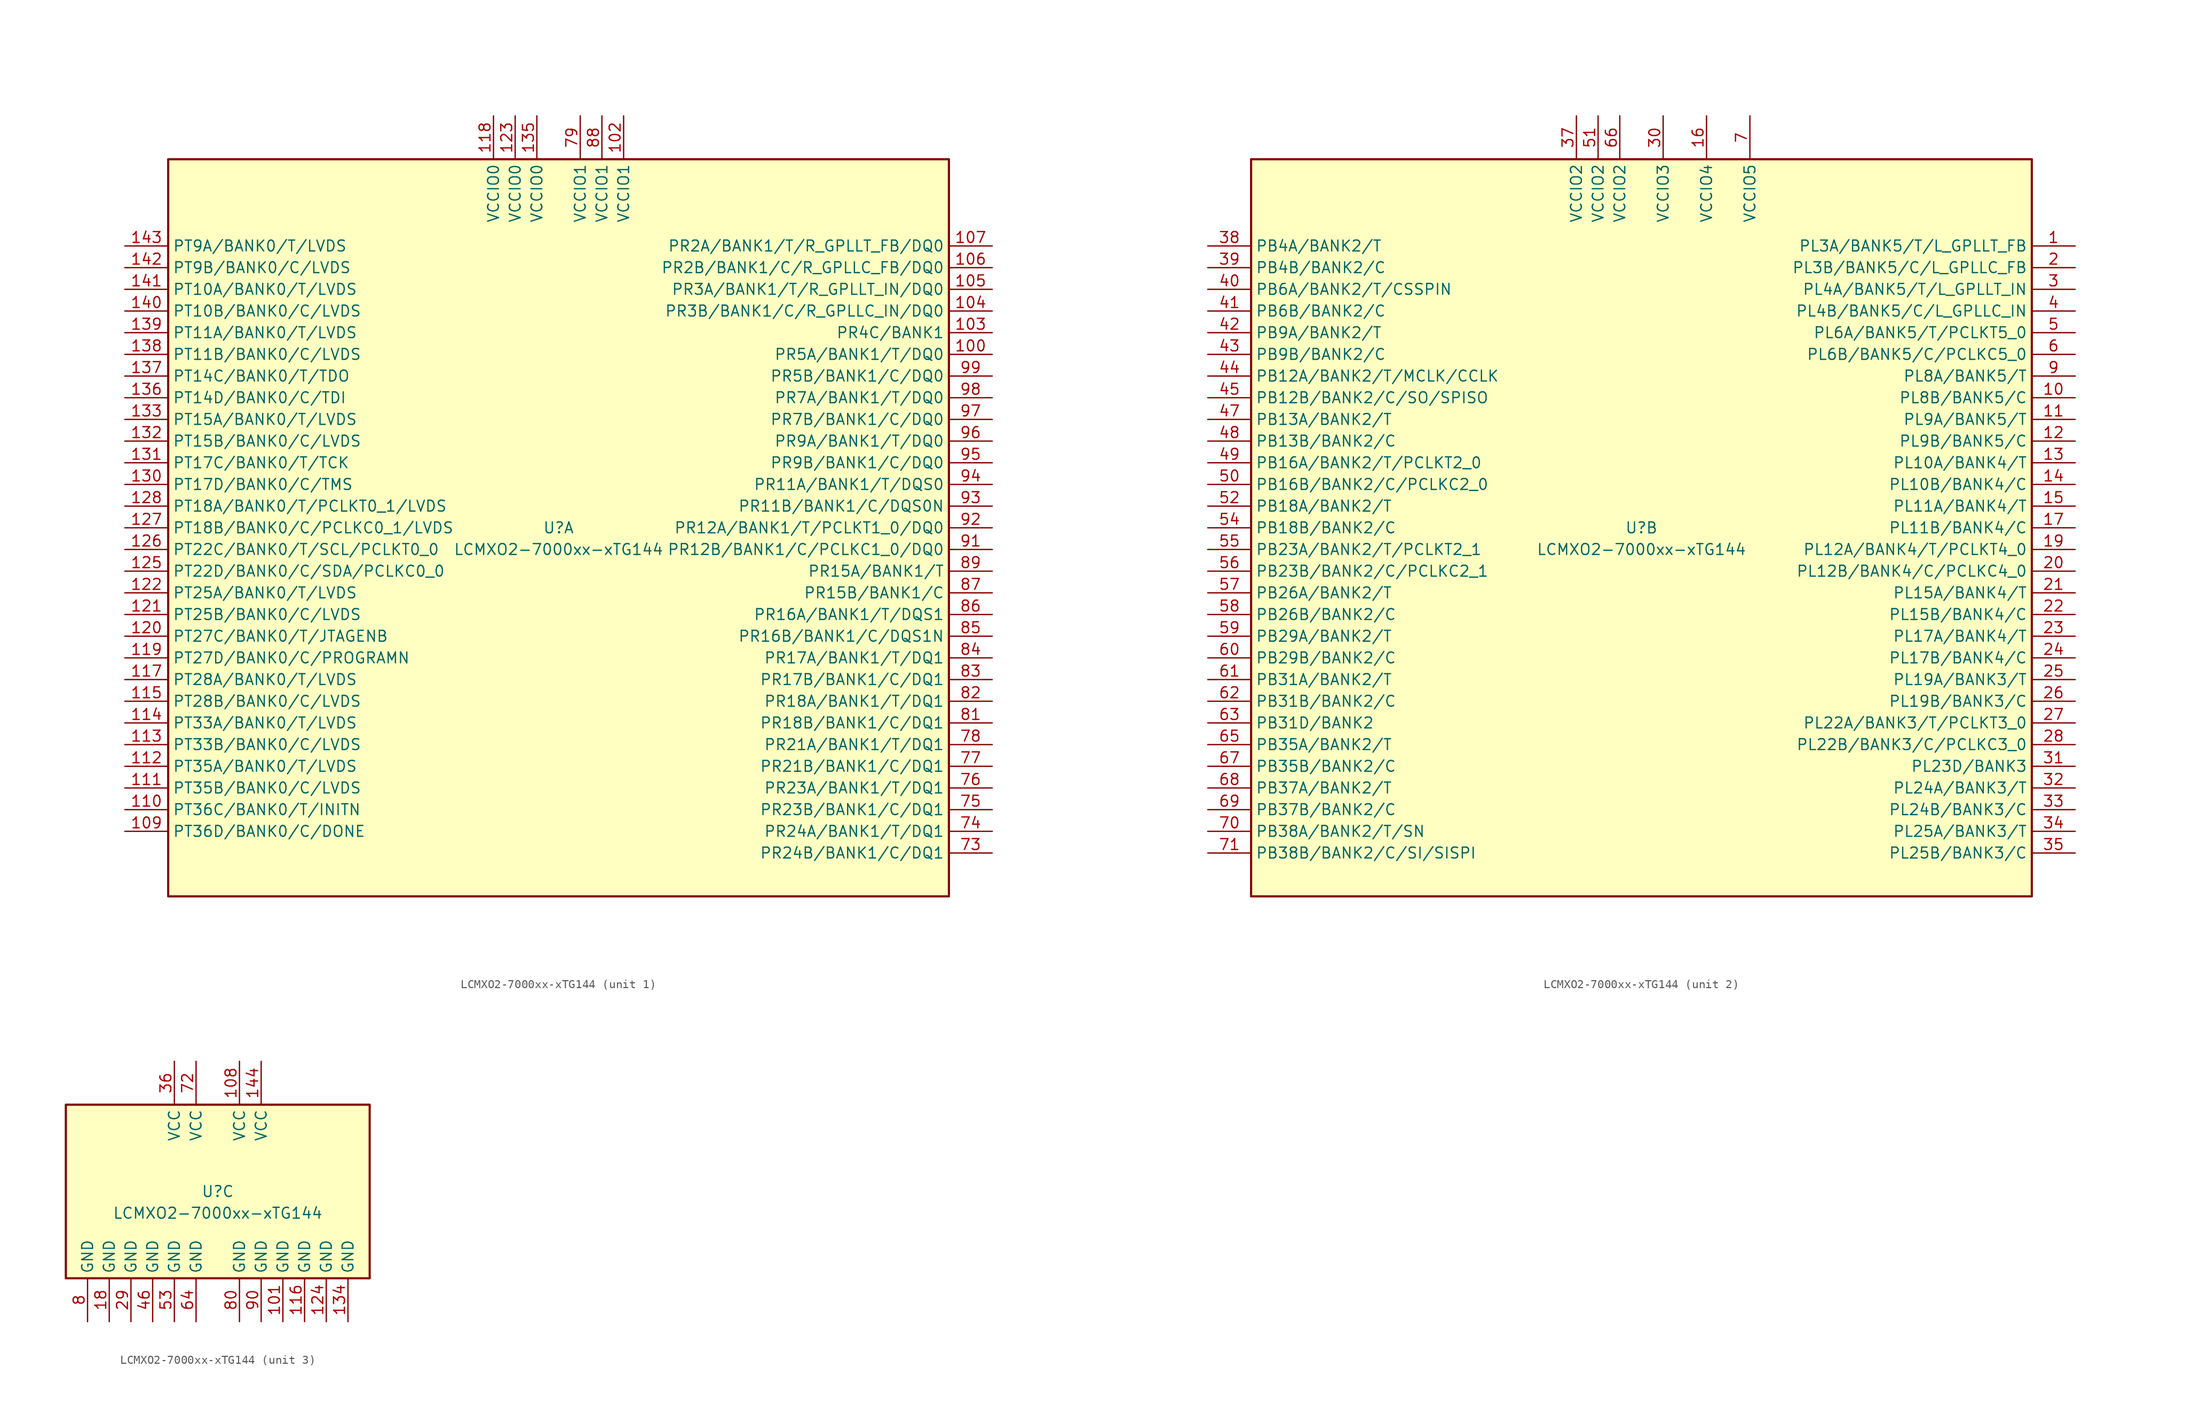
<source format=kicad_sym>
(kicad_symbol_lib
  (version 20241209)
  (generator "kicad_symbol_editor")
  (generator_version "9.0")
  (symbol "LCMXO2-7000xx-xTG144"
    (property "Reference" "U"
      (at 0 0 0)
      (effects (font (size 1.27 1.27))))
    (property "Value" "LCMXO2-7000xx-xTG144"
      (at 0 -2.54 0)
      (effects (font (size 1.27 1.27))))
    (property "ki_locked" ""
      (at 0 0 0)
      (effects (font (size 1.27 1.27))))
    (symbol "LCMXO2-7000xx-xTG144_1_1"
      (rectangle (start -45.72 43.18) (end 45.72 -43.18) (stroke (width 0.254) (type default)) (fill (type background)))
      (pin bidirectional line (at -50.8 33.02 0) (length 5.08) (name "PT9A/BANK0/T/LVDS" (effects (font (size 1.27 1.27)))) (number "143" (effects (font (size 1.27 1.27)))))
      (pin bidirectional line (at -50.8 30.48 0) (length 5.08) (name "PT9B/BANK0/C/LVDS" (effects (font (size 1.27 1.27)))) (number "142" (effects (font (size 1.27 1.27)))))
      (pin bidirectional line (at -50.8 27.94 0) (length 5.08) (name "PT10A/BANK0/T/LVDS" (effects (font (size 1.27 1.27)))) (number "141" (effects (font (size 1.27 1.27)))))
      (pin bidirectional line (at -50.8 25.4 0) (length 5.08) (name "PT10B/BANK0/C/LVDS" (effects (font (size 1.27 1.27)))) (number "140" (effects (font (size 1.27 1.27)))))
      (pin bidirectional line (at -50.8 22.86 0) (length 5.08) (name "PT11A/BANK0/T/LVDS" (effects (font (size 1.27 1.27)))) (number "139" (effects (font (size 1.27 1.27)))))
      (pin bidirectional line (at -50.8 20.32 0) (length 5.08) (name "PT11B/BANK0/C/LVDS" (effects (font (size 1.27 1.27)))) (number "138" (effects (font (size 1.27 1.27)))))
      (pin bidirectional line (at -50.8 17.78 0) (length 5.08) (name "PT14C/BANK0/T/TDO" (effects (font (size 1.27 1.27)))) (number "137" (effects (font (size 1.27 1.27)))))
      (pin bidirectional line (at -50.8 15.24 0) (length 5.08) (name "PT14D/BANK0/C/TDI" (effects (font (size 1.27 1.27)))) (number "136" (effects (font (size 1.27 1.27)))))
      (pin bidirectional line (at -50.8 12.7 0) (length 5.08) (name "PT15A/BANK0/T/LVDS" (effects (font (size 1.27 1.27)))) (number "133" (effects (font (size 1.27 1.27)))))
      (pin bidirectional line (at -50.8 10.16 0) (length 5.08) (name "PT15B/BANK0/C/LVDS" (effects (font (size 1.27 1.27)))) (number "132" (effects (font (size 1.27 1.27)))))
      (pin bidirectional line (at -50.8 7.62 0) (length 5.08) (name "PT17C/BANK0/T/TCK" (effects (font (size 1.27 1.27)))) (number "131" (effects (font (size 1.27 1.27)))))
      (pin bidirectional line (at -50.8 5.08 0) (length 5.08) (name "PT17D/BANK0/C/TMS" (effects (font (size 1.27 1.27)))) (number "130" (effects (font (size 1.27 1.27)))))
      (pin bidirectional line (at -50.8 2.54 0) (length 5.08) (name "PT18A/BANK0/T/PCLKT0_1/LVDS" (effects (font (size 1.27 1.27)))) (number "128" (effects (font (size 1.27 1.27)))))
      (pin bidirectional line (at -50.8 0 0) (length 5.08) (name "PT18B/BANK0/C/PCLKC0_1/LVDS" (effects (font (size 1.27 1.27)))) (number "127" (effects (font (size 1.27 1.27)))))
      (pin bidirectional line (at -50.8 -2.54 0) (length 5.08) (name "PT22C/BANK0/T/SCL/PCLKT0_0" (effects (font (size 1.27 1.27)))) (number "126" (effects (font (size 1.27 1.27)))))
      (pin bidirectional line (at -50.8 -5.08 0) (length 5.08) (name "PT22D/BANK0/C/SDA/PCLKC0_0" (effects (font (size 1.27 1.27)))) (number "125" (effects (font (size 1.27 1.27)))))
      (pin bidirectional line (at -50.8 -7.62 0) (length 5.08) (name "PT25A/BANK0/T/LVDS" (effects (font (size 1.27 1.27)))) (number "122" (effects (font (size 1.27 1.27)))))
      (pin bidirectional line (at -50.8 -10.16 0) (length 5.08) (name "PT25B/BANK0/C/LVDS" (effects (font (size 1.27 1.27)))) (number "121" (effects (font (size 1.27 1.27)))))
      (pin bidirectional line (at -50.8 -12.7 0) (length 5.08) (name "PT27C/BANK0/T/JTAGENB" (effects (font (size 1.27 1.27)))) (number "120" (effects (font (size 1.27 1.27)))))
      (pin bidirectional line (at -50.8 -15.24 0) (length 5.08) (name "PT27D/BANK0/C/PROGRAMN" (effects (font (size 1.27 1.27)))) (number "119" (effects (font (size 1.27 1.27)))))
      (pin bidirectional line (at -50.8 -17.78 0) (length 5.08) (name "PT28A/BANK0/T/LVDS" (effects (font (size 1.27 1.27)))) (number "117" (effects (font (size 1.27 1.27)))))
      (pin bidirectional line (at -50.8 -20.32 0) (length 5.08) (name "PT28B/BANK0/C/LVDS" (effects (font (size 1.27 1.27)))) (number "115" (effects (font (size 1.27 1.27)))))
      (pin bidirectional line (at -50.8 -22.86 0) (length 5.08) (name "PT33A/BANK0/T/LVDS" (effects (font (size 1.27 1.27)))) (number "114" (effects (font (size 1.27 1.27)))))
      (pin bidirectional line (at -50.8 -25.4 0) (length 5.08) (name "PT33B/BANK0/C/LVDS" (effects (font (size 1.27 1.27)))) (number "113" (effects (font (size 1.27 1.27)))))
      (pin bidirectional line (at -50.8 -27.94 0) (length 5.08) (name "PT35A/BANK0/T/LVDS" (effects (font (size 1.27 1.27)))) (number "112" (effects (font (size 1.27 1.27)))))
      (pin bidirectional line (at -50.8 -30.48 0) (length 5.08) (name "PT35B/BANK0/C/LVDS" (effects (font (size 1.27 1.27)))) (number "111" (effects (font (size 1.27 1.27)))))
      (pin bidirectional line (at -50.8 -33.02 0) (length 5.08) (name "PT36C/BANK0/T/INITN" (effects (font (size 1.27 1.27)))) (number "110" (effects (font (size 1.27 1.27)))))
      (pin bidirectional line (at -50.8 -35.56 0) (length 5.08) (name "PT36D/BANK0/C/DONE" (effects (font (size 1.27 1.27)))) (number "109" (effects (font (size 1.27 1.27)))))
      (pin no_connect line (at -45.72 -38.1 0) (length 5.08) (hide yes) (name "NC" (effects (font (size 1.27 1.27)))) (number "129" (effects (font (size 1.27 1.27)))))
      (pin power_in line (at -7.62 48.26 270) (length 5.08) (name "VCCIO0" (effects (font (size 1.27 1.27)))) (number "118" (effects (font (size 1.27 1.27)))))
      (pin power_in line (at -5.08 48.26 270) (length 5.08) (name "VCCIO0" (effects (font (size 1.27 1.27)))) (number "123" (effects (font (size 1.27 1.27)))))
      (pin power_in line (at -2.54 48.26 270) (length 5.08) (name "VCCIO0" (effects (font (size 1.27 1.27)))) (number "135" (effects (font (size 1.27 1.27)))))
      (pin power_in line (at 2.54 48.26 270) (length 5.08) (name "VCCIO1" (effects (font (size 1.27 1.27)))) (number "79" (effects (font (size 1.27 1.27)))))
      (pin power_in line (at 5.08 48.26 270) (length 5.08) (name "VCCIO1" (effects (font (size 1.27 1.27)))) (number "88" (effects (font (size 1.27 1.27)))))
      (pin power_in line (at 7.62 48.26 270) (length 5.08) (name "VCCIO1" (effects (font (size 1.27 1.27)))) (number "102" (effects (font (size 1.27 1.27)))))
      (pin bidirectional line (at 50.8 33.02 180) (length 5.08) (name "PR2A/BANK1/T/R_GPLLT_FB/DQ0" (effects (font (size 1.27 1.27)))) (number "107" (effects (font (size 1.27 1.27)))))
      (pin bidirectional line (at 50.8 30.48 180) (length 5.08) (name "PR2B/BANK1/C/R_GPLLC_FB/DQ0" (effects (font (size 1.27 1.27)))) (number "106" (effects (font (size 1.27 1.27)))))
      (pin bidirectional line (at 50.8 27.94 180) (length 5.08) (name "PR3A/BANK1/T/R_GPLLT_IN/DQ0" (effects (font (size 1.27 1.27)))) (number "105" (effects (font (size 1.27 1.27)))))
      (pin bidirectional line (at 50.8 25.4 180) (length 5.08) (name "PR3B/BANK1/C/R_GPLLC_IN/DQ0" (effects (font (size 1.27 1.27)))) (number "104" (effects (font (size 1.27 1.27)))))
      (pin bidirectional line (at 50.8 22.86 180) (length 5.08) (name "PR4C/BANK1" (effects (font (size 1.27 1.27)))) (number "103" (effects (font (size 1.27 1.27)))))
      (pin bidirectional line (at 50.8 20.32 180) (length 5.08) (name "PR5A/BANK1/T/DQ0" (effects (font (size 1.27 1.27)))) (number "100" (effects (font (size 1.27 1.27)))))
      (pin bidirectional line (at 50.8 17.78 180) (length 5.08) (name "PR5B/BANK1/C/DQ0" (effects (font (size 1.27 1.27)))) (number "99" (effects (font (size 1.27 1.27)))))
      (pin bidirectional line (at 50.8 15.24 180) (length 5.08) (name "PR7A/BANK1/T/DQ0" (effects (font (size 1.27 1.27)))) (number "98" (effects (font (size 1.27 1.27)))))
      (pin bidirectional line (at 50.8 12.7 180) (length 5.08) (name "PR7B/BANK1/C/DQ0" (effects (font (size 1.27 1.27)))) (number "97" (effects (font (size 1.27 1.27)))))
      (pin bidirectional line (at 50.8 10.16 180) (length 5.08) (name "PR9A/BANK1/T/DQ0" (effects (font (size 1.27 1.27)))) (number "96" (effects (font (size 1.27 1.27)))))
      (pin bidirectional line (at 50.8 7.62 180) (length 5.08) (name "PR9B/BANK1/C/DQ0" (effects (font (size 1.27 1.27)))) (number "95" (effects (font (size 1.27 1.27)))))
      (pin bidirectional line (at 50.8 5.08 180) (length 5.08) (name "PR11A/BANK1/T/DQS0" (effects (font (size 1.27 1.27)))) (number "94" (effects (font (size 1.27 1.27)))))
      (pin bidirectional line (at 50.8 2.54 180) (length 5.08) (name "PR11B/BANK1/C/DQS0N" (effects (font (size 1.27 1.27)))) (number "93" (effects (font (size 1.27 1.27)))))
      (pin bidirectional line (at 50.8 0 180) (length 5.08) (name "PR12A/BANK1/T/PCLKT1_0/DQ0" (effects (font (size 1.27 1.27)))) (number "92" (effects (font (size 1.27 1.27)))))
      (pin bidirectional line (at 50.8 -2.54 180) (length 5.08) (name "PR12B/BANK1/C/PCLKC1_0/DQ0" (effects (font (size 1.27 1.27)))) (number "91" (effects (font (size 1.27 1.27)))))
      (pin bidirectional line (at 50.8 -5.08 180) (length 5.08) (name "PR15A/BANK1/T" (effects (font (size 1.27 1.27)))) (number "89" (effects (font (size 1.27 1.27)))))
      (pin bidirectional line (at 50.8 -7.62 180) (length 5.08) (name "PR15B/BANK1/C" (effects (font (size 1.27 1.27)))) (number "87" (effects (font (size 1.27 1.27)))))
      (pin bidirectional line (at 50.8 -10.16 180) (length 5.08) (name "PR16A/BANK1/T/DQS1" (effects (font (size 1.27 1.27)))) (number "86" (effects (font (size 1.27 1.27)))))
      (pin bidirectional line (at 50.8 -12.7 180) (length 5.08) (name "PR16B/BANK1/C/DQS1N" (effects (font (size 1.27 1.27)))) (number "85" (effects (font (size 1.27 1.27)))))
      (pin bidirectional line (at 50.8 -15.24 180) (length 5.08) (name "PR17A/BANK1/T/DQ1" (effects (font (size 1.27 1.27)))) (number "84" (effects (font (size 1.27 1.27)))))
      (pin bidirectional line (at 50.8 -17.78 180) (length 5.08) (name "PR17B/BANK1/C/DQ1" (effects (font (size 1.27 1.27)))) (number "83" (effects (font (size 1.27 1.27)))))
      (pin bidirectional line (at 50.8 -20.32 180) (length 5.08) (name "PR18A/BANK1/T/DQ1" (effects (font (size 1.27 1.27)))) (number "82" (effects (font (size 1.27 1.27)))))
      (pin bidirectional line (at 50.8 -22.86 180) (length 5.08) (name "PR18B/BANK1/C/DQ1" (effects (font (size 1.27 1.27)))) (number "81" (effects (font (size 1.27 1.27)))))
      (pin bidirectional line (at 50.8 -25.4 180) (length 5.08) (name "PR21A/BANK1/T/DQ1" (effects (font (size 1.27 1.27)))) (number "78" (effects (font (size 1.27 1.27)))))
      (pin bidirectional line (at 50.8 -27.94 180) (length 5.08) (name "PR21B/BANK1/C/DQ1" (effects (font (size 1.27 1.27)))) (number "77" (effects (font (size 1.27 1.27)))))
      (pin bidirectional line (at 50.8 -30.48 180) (length 5.08) (name "PR23A/BANK1/T/DQ1" (effects (font (size 1.27 1.27)))) (number "76" (effects (font (size 1.27 1.27)))))
      (pin bidirectional line (at 50.8 -33.02 180) (length 5.08) (name "PR23B/BANK1/C/DQ1" (effects (font (size 1.27 1.27)))) (number "75" (effects (font (size 1.27 1.27)))))
      (pin bidirectional line (at 50.8 -35.56 180) (length 5.08) (name "PR24A/BANK1/T/DQ1" (effects (font (size 1.27 1.27)))) (number "74" (effects (font (size 1.27 1.27)))))
      (pin bidirectional line (at 50.8 -38.1 180) (length 5.08) (name "PR24B/BANK1/C/DQ1" (effects (font (size 1.27 1.27)))) (number "73" (effects (font (size 1.27 1.27))))))
    (symbol "LCMXO2-7000xx-xTG144_2_1"
      (rectangle (start -45.72 43.18) (end 45.72 -43.18) (stroke (width 0.254) (type default)) (fill (type background)))
      (pin bidirectional line (at -50.8 33.02 0) (length 5.08) (name "PB4A/BANK2/T" (effects (font (size 1.27 1.27)))) (number "38" (effects (font (size 1.27 1.27)))))
      (pin bidirectional line (at -50.8 30.48 0) (length 5.08) (name "PB4B/BANK2/C" (effects (font (size 1.27 1.27)))) (number "39" (effects (font (size 1.27 1.27)))))
      (pin bidirectional line (at -50.8 27.94 0) (length 5.08) (name "PB6A/BANK2/T/CSSPIN" (effects (font (size 1.27 1.27)))) (number "40" (effects (font (size 1.27 1.27)))))
      (pin bidirectional line (at -50.8 25.4 0) (length 5.08) (name "PB6B/BANK2/C" (effects (font (size 1.27 1.27)))) (number "41" (effects (font (size 1.27 1.27)))))
      (pin bidirectional line (at -50.8 22.86 0) (length 5.08) (name "PB9A/BANK2/T" (effects (font (size 1.27 1.27)))) (number "42" (effects (font (size 1.27 1.27)))))
      (pin bidirectional line (at -50.8 20.32 0) (length 5.08) (name "PB9B/BANK2/C" (effects (font (size 1.27 1.27)))) (number "43" (effects (font (size 1.27 1.27)))))
      (pin bidirectional line (at -50.8 17.78 0) (length 5.08) (name "PB12A/BANK2/T/MCLK/CCLK" (effects (font (size 1.27 1.27)))) (number "44" (effects (font (size 1.27 1.27)))))
      (pin bidirectional line (at -50.8 15.24 0) (length 5.08) (name "PB12B/BANK2/C/SO/SPISO" (effects (font (size 1.27 1.27)))) (number "45" (effects (font (size 1.27 1.27)))))
      (pin bidirectional line (at -50.8 12.7 0) (length 5.08) (name "PB13A/BANK2/T" (effects (font (size 1.27 1.27)))) (number "47" (effects (font (size 1.27 1.27)))))
      (pin bidirectional line (at -50.8 10.16 0) (length 5.08) (name "PB13B/BANK2/C" (effects (font (size 1.27 1.27)))) (number "48" (effects (font (size 1.27 1.27)))))
      (pin bidirectional line (at -50.8 7.62 0) (length 5.08) (name "PB16A/BANK2/T/PCLKT2_0" (effects (font (size 1.27 1.27)))) (number "49" (effects (font (size 1.27 1.27)))))
      (pin bidirectional line (at -50.8 5.08 0) (length 5.08) (name "PB16B/BANK2/C/PCLKC2_0" (effects (font (size 1.27 1.27)))) (number "50" (effects (font (size 1.27 1.27)))))
      (pin bidirectional line (at -50.8 2.54 0) (length 5.08) (name "PB18A/BANK2/T" (effects (font (size 1.27 1.27)))) (number "52" (effects (font (size 1.27 1.27)))))
      (pin bidirectional line (at -50.8 0 0) (length 5.08) (name "PB18B/BANK2/C" (effects (font (size 1.27 1.27)))) (number "54" (effects (font (size 1.27 1.27)))))
      (pin bidirectional line (at -50.8 -2.54 0) (length 5.08) (name "PB23A/BANK2/T/PCLKT2_1" (effects (font (size 1.27 1.27)))) (number "55" (effects (font (size 1.27 1.27)))))
      (pin bidirectional line (at -50.8 -5.08 0) (length 5.08) (name "PB23B/BANK2/C/PCLKC2_1" (effects (font (size 1.27 1.27)))) (number "56" (effects (font (size 1.27 1.27)))))
      (pin bidirectional line (at -50.8 -7.62 0) (length 5.08) (name "PB26A/BANK2/T" (effects (font (size 1.27 1.27)))) (number "57" (effects (font (size 1.27 1.27)))))
      (pin bidirectional line (at -50.8 -10.16 0) (length 5.08) (name "PB26B/BANK2/C" (effects (font (size 1.27 1.27)))) (number "58" (effects (font (size 1.27 1.27)))))
      (pin bidirectional line (at -50.8 -12.7 0) (length 5.08) (name "PB29A/BANK2/T" (effects (font (size 1.27 1.27)))) (number "59" (effects (font (size 1.27 1.27)))))
      (pin bidirectional line (at -50.8 -15.24 0) (length 5.08) (name "PB29B/BANK2/C" (effects (font (size 1.27 1.27)))) (number "60" (effects (font (size 1.27 1.27)))))
      (pin bidirectional line (at -50.8 -17.78 0) (length 5.08) (name "PB31A/BANK2/T" (effects (font (size 1.27 1.27)))) (number "61" (effects (font (size 1.27 1.27)))))
      (pin bidirectional line (at -50.8 -20.32 0) (length 5.08) (name "PB31B/BANK2/C" (effects (font (size 1.27 1.27)))) (number "62" (effects (font (size 1.27 1.27)))))
      (pin bidirectional line (at -50.8 -22.86 0) (length 5.08) (name "PB31D/BANK2" (effects (font (size 1.27 1.27)))) (number "63" (effects (font (size 1.27 1.27)))))
      (pin bidirectional line (at -50.8 -25.4 0) (length 5.08) (name "PB35A/BANK2/T" (effects (font (size 1.27 1.27)))) (number "65" (effects (font (size 1.27 1.27)))))
      (pin bidirectional line (at -50.8 -27.94 0) (length 5.08) (name "PB35B/BANK2/C" (effects (font (size 1.27 1.27)))) (number "67" (effects (font (size 1.27 1.27)))))
      (pin bidirectional line (at -50.8 -30.48 0) (length 5.08) (name "PB37A/BANK2/T" (effects (font (size 1.27 1.27)))) (number "68" (effects (font (size 1.27 1.27)))))
      (pin bidirectional line (at -50.8 -33.02 0) (length 5.08) (name "PB37B/BANK2/C" (effects (font (size 1.27 1.27)))) (number "69" (effects (font (size 1.27 1.27)))))
      (pin bidirectional line (at -50.8 -35.56 0) (length 5.08) (name "PB38A/BANK2/T/SN" (effects (font (size 1.27 1.27)))) (number "70" (effects (font (size 1.27 1.27)))))
      (pin bidirectional line (at -50.8 -38.1 0) (length 5.08) (name "PB38B/BANK2/C/SI/SISPI" (effects (font (size 1.27 1.27)))) (number "71" (effects (font (size 1.27 1.27)))))
      (pin power_in line (at -7.62 48.26 270) (length 5.08) (name "VCCIO2" (effects (font (size 1.27 1.27)))) (number "37" (effects (font (size 1.27 1.27)))))
      (pin power_in line (at -5.08 48.26 270) (length 5.08) (name "VCCIO2" (effects (font (size 1.27 1.27)))) (number "51" (effects (font (size 1.27 1.27)))))
      (pin power_in line (at -2.54 48.26 270) (length 5.08) (name "VCCIO2" (effects (font (size 1.27 1.27)))) (number "66" (effects (font (size 1.27 1.27)))))
      (pin power_in line (at 2.54 48.26 270) (length 5.08) (name "VCCIO3" (effects (font (size 1.27 1.27)))) (number "30" (effects (font (size 1.27 1.27)))))
      (pin power_in line (at 7.62 48.26 270) (length 5.08) (name "VCCIO4" (effects (font (size 1.27 1.27)))) (number "16" (effects (font (size 1.27 1.27)))))
      (pin power_in line (at 12.7 48.26 270) (length 5.08) (name "VCCIO5" (effects (font (size 1.27 1.27)))) (number "7" (effects (font (size 1.27 1.27)))))
      (pin bidirectional line (at 50.8 33.02 180) (length 5.08) (name "PL3A/BANK5/T/L_GPLLT_FB" (effects (font (size 1.27 1.27)))) (number "1" (effects (font (size 1.27 1.27)))))
      (pin bidirectional line (at 50.8 30.48 180) (length 5.08) (name "PL3B/BANK5/C/L_GPLLC_FB" (effects (font (size 1.27 1.27)))) (number "2" (effects (font (size 1.27 1.27)))))
      (pin bidirectional line (at 50.8 27.94 180) (length 5.08) (name "PL4A/BANK5/T/L_GPLLT_IN" (effects (font (size 1.27 1.27)))) (number "3" (effects (font (size 1.27 1.27)))))
      (pin bidirectional line (at 50.8 25.4 180) (length 5.08) (name "PL4B/BANK5/C/L_GPLLC_IN" (effects (font (size 1.27 1.27)))) (number "4" (effects (font (size 1.27 1.27)))))
      (pin bidirectional line (at 50.8 22.86 180) (length 5.08) (name "PL6A/BANK5/T/PCLKT5_0" (effects (font (size 1.27 1.27)))) (number "5" (effects (font (size 1.27 1.27)))))
      (pin bidirectional line (at 50.8 20.32 180) (length 5.08) (name "PL6B/BANK5/C/PCLKC5_0" (effects (font (size 1.27 1.27)))) (number "6" (effects (font (size 1.27 1.27)))))
      (pin bidirectional line (at 50.8 17.78 180) (length 5.08) (name "PL8A/BANK5/T" (effects (font (size 1.27 1.27)))) (number "9" (effects (font (size 1.27 1.27)))))
      (pin bidirectional line (at 50.8 15.24 180) (length 5.08) (name "PL8B/BANK5/C" (effects (font (size 1.27 1.27)))) (number "10" (effects (font (size 1.27 1.27)))))
      (pin bidirectional line (at 50.8 12.7 180) (length 5.08) (name "PL9A/BANK5/T" (effects (font (size 1.27 1.27)))) (number "11" (effects (font (size 1.27 1.27)))))
      (pin bidirectional line (at 50.8 10.16 180) (length 5.08) (name "PL9B/BANK5/C" (effects (font (size 1.27 1.27)))) (number "12" (effects (font (size 1.27 1.27)))))
      (pin bidirectional line (at 50.8 7.62 180) (length 5.08) (name "PL10A/BANK4/T" (effects (font (size 1.27 1.27)))) (number "13" (effects (font (size 1.27 1.27)))))
      (pin bidirectional line (at 50.8 5.08 180) (length 5.08) (name "PL10B/BANK4/C" (effects (font (size 1.27 1.27)))) (number "14" (effects (font (size 1.27 1.27)))))
      (pin bidirectional line (at 50.8 2.54 180) (length 5.08) (name "PL11A/BANK4/T" (effects (font (size 1.27 1.27)))) (number "15" (effects (font (size 1.27 1.27)))))
      (pin bidirectional line (at 50.8 0 180) (length 5.08) (name "PL11B/BANK4/C" (effects (font (size 1.27 1.27)))) (number "17" (effects (font (size 1.27 1.27)))))
      (pin bidirectional line (at 50.8 -2.54 180) (length 5.08) (name "PL12A/BANK4/T/PCLKT4_0" (effects (font (size 1.27 1.27)))) (number "19" (effects (font (size 1.27 1.27)))))
      (pin bidirectional line (at 50.8 -5.08 180) (length 5.08) (name "PL12B/BANK4/C/PCLKC4_0" (effects (font (size 1.27 1.27)))) (number "20" (effects (font (size 1.27 1.27)))))
      (pin bidirectional line (at 50.8 -7.62 180) (length 5.08) (name "PL15A/BANK4/T" (effects (font (size 1.27 1.27)))) (number "21" (effects (font (size 1.27 1.27)))))
      (pin bidirectional line (at 50.8 -10.16 180) (length 5.08) (name "PL15B/BANK4/C" (effects (font (size 1.27 1.27)))) (number "22" (effects (font (size 1.27 1.27)))))
      (pin bidirectional line (at 50.8 -12.7 180) (length 5.08) (name "PL17A/BANK4/T" (effects (font (size 1.27 1.27)))) (number "23" (effects (font (size 1.27 1.27)))))
      (pin bidirectional line (at 50.8 -15.24 180) (length 5.08) (name "PL17B/BANK4/C" (effects (font (size 1.27 1.27)))) (number "24" (effects (font (size 1.27 1.27)))))
      (pin bidirectional line (at 50.8 -17.78 180) (length 5.08) (name "PL19A/BANK3/T" (effects (font (size 1.27 1.27)))) (number "25" (effects (font (size 1.27 1.27)))))
      (pin bidirectional line (at 50.8 -20.32 180) (length 5.08) (name "PL19B/BANK3/C" (effects (font (size 1.27 1.27)))) (number "26" (effects (font (size 1.27 1.27)))))
      (pin bidirectional line (at 50.8 -22.86 180) (length 5.08) (name "PL22A/BANK3/T/PCLKT3_0" (effects (font (size 1.27 1.27)))) (number "27" (effects (font (size 1.27 1.27)))))
      (pin bidirectional line (at 50.8 -25.4 180) (length 5.08) (name "PL22B/BANK3/C/PCLKC3_0" (effects (font (size 1.27 1.27)))) (number "28" (effects (font (size 1.27 1.27)))))
      (pin bidirectional line (at 50.8 -27.94 180) (length 5.08) (name "PL23D/BANK3" (effects (font (size 1.27 1.27)))) (number "31" (effects (font (size 1.27 1.27)))))
      (pin bidirectional line (at 50.8 -30.48 180) (length 5.08) (name "PL24A/BANK3/T" (effects (font (size 1.27 1.27)))) (number "32" (effects (font (size 1.27 1.27)))))
      (pin bidirectional line (at 50.8 -33.02 180) (length 5.08) (name "PL24B/BANK3/C" (effects (font (size 1.27 1.27)))) (number "33" (effects (font (size 1.27 1.27)))))
      (pin bidirectional line (at 50.8 -35.56 180) (length 5.08) (name "PL25A/BANK3/T" (effects (font (size 1.27 1.27)))) (number "34" (effects (font (size 1.27 1.27)))))
      (pin bidirectional line (at 50.8 -38.1 180) (length 5.08) (name "PL25B/BANK3/C" (effects (font (size 1.27 1.27)))) (number "35" (effects (font (size 1.27 1.27))))))
    (symbol "LCMXO2-7000xx-xTG144_3_1"
      (rectangle (start -17.78 10.16) (end 17.78 -10.16) (stroke (width 0.254) (type default)) (fill (type background)))
      (pin power_in line (at -15.24 -15.24 90) (length 5.08) (name "GND" (effects (font (size 1.27 1.27)))) (number "8" (effects (font (size 1.27 1.27)))))
      (pin power_in line (at -12.7 -15.24 90) (length 5.08) (name "GND" (effects (font (size 1.27 1.27)))) (number "18" (effects (font (size 1.27 1.27)))))
      (pin power_in line (at -10.16 -15.24 90) (length 5.08) (name "GND" (effects (font (size 1.27 1.27)))) (number "29" (effects (font (size 1.27 1.27)))))
      (pin power_in line (at -7.62 -15.24 90) (length 5.08) (name "GND" (effects (font (size 1.27 1.27)))) (number "46" (effects (font (size 1.27 1.27)))))
      (pin power_in line (at -5.08 15.24 270) (length 5.08) (name "VCC" (effects (font (size 1.27 1.27)))) (number "36" (effects (font (size 1.27 1.27)))))
      (pin power_in line (at -5.08 -15.24 90) (length 5.08) (name "GND" (effects (font (size 1.27 1.27)))) (number "53" (effects (font (size 1.27 1.27)))))
      (pin power_in line (at -2.54 15.24 270) (length 5.08) (name "VCC" (effects (font (size 1.27 1.27)))) (number "72" (effects (font (size 1.27 1.27)))))
      (pin power_in line (at -2.54 -15.24 90) (length 5.08) (name "GND" (effects (font (size 1.27 1.27)))) (number "64" (effects (font (size 1.27 1.27)))))
      (pin power_in line (at 2.54 15.24 270) (length 5.08) (name "VCC" (effects (font (size 1.27 1.27)))) (number "108" (effects (font (size 1.27 1.27)))))
      (pin power_in line (at 2.54 -15.24 90) (length 5.08) (name "GND" (effects (font (size 1.27 1.27)))) (number "80" (effects (font (size 1.27 1.27)))))
      (pin power_in line (at 5.08 15.24 270) (length 5.08) (name "VCC" (effects (font (size 1.27 1.27)))) (number "144" (effects (font (size 1.27 1.27)))))
      (pin power_in line (at 5.08 -15.24 90) (length 5.08) (name "GND" (effects (font (size 1.27 1.27)))) (number "90" (effects (font (size 1.27 1.27)))))
      (pin power_in line (at 7.62 -15.24 90) (length 5.08) (name "GND" (effects (font (size 1.27 1.27)))) (number "101" (effects (font (size 1.27 1.27)))))
      (pin power_in line (at 10.16 -15.24 90) (length 5.08) (name "GND" (effects (font (size 1.27 1.27)))) (number "116" (effects (font (size 1.27 1.27)))))
      (pin power_in line (at 12.7 -15.24 90) (length 5.08) (name "GND" (effects (font (size 1.27 1.27)))) (number "124" (effects (font (size 1.27 1.27)))))
      (pin power_in line (at 15.24 -15.24 90) (length 5.08) (name "GND" (effects (font (size 1.27 1.27)))) (number "134" (effects (font (size 1.27 1.27))))))))
</source>
